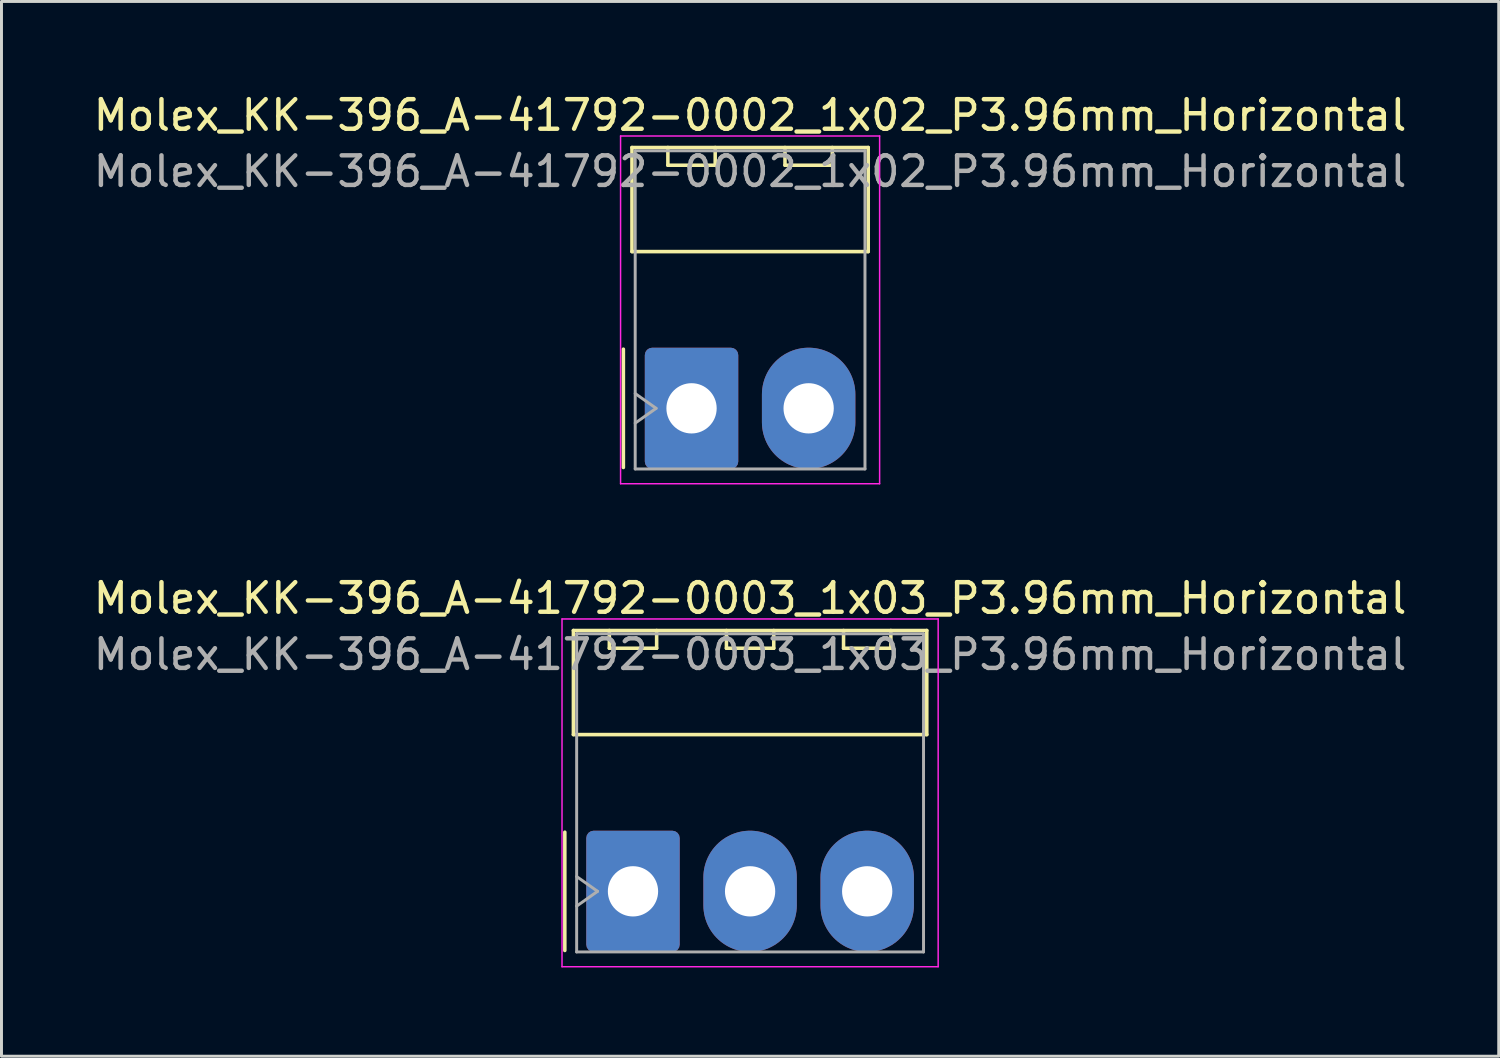
<source format=kicad_pcb>
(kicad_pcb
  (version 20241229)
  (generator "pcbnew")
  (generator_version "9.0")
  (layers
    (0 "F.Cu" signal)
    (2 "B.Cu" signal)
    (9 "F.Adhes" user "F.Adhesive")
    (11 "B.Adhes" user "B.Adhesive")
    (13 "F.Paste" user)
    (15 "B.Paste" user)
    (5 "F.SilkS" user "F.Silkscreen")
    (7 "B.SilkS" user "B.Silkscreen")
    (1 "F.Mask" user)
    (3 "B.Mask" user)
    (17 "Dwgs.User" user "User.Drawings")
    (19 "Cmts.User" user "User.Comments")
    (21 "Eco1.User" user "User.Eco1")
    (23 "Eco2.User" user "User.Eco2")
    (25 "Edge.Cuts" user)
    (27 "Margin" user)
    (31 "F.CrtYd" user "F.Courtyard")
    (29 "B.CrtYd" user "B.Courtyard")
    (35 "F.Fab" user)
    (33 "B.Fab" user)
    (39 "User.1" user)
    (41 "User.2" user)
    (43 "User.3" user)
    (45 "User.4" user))
  (footprint "Molex_KK-396_A-41792-0003_1x03_P3.96mm_Horizontal"
    (layer "F.Cu")
    (at 18.355 27.091)
    (property "Reference" "Molex_KK-396_A-41792-0003_1x03_P3.96mm_Horizontal" (at 3.96 -9.91 0) (layer "F.SilkS") (effects (font (size 1 1) (thickness 0.15))))
    (attr through_hole)
    (fp_line (start -2.305 -2) (end -2.305 2) (stroke (width 0.12) (type solid)) (layer "F.SilkS"))
    (fp_line (start -2.015 -8.82) (end 9.935 -8.82) (stroke (width 0.12) (type solid)) (layer "F.SilkS"))
    (fp_line (start -2.015 -5.3) (end -2.015 -8.82) (stroke (width 0.12) (type solid)) (layer "F.SilkS"))
    (fp_line (start -0.8 -8.82) (end -0.8 -8.22) (stroke (width 0.12) (type solid)) (layer "F.SilkS"))
    (fp_line (start -0.8 -8.22) (end 0.8 -8.22) (stroke (width 0.12) (type solid)) (layer "F.SilkS"))
    (fp_line (start 0.8 -8.22) (end 0.8 -8.82) (stroke (width 0.12) (type solid)) (layer "F.SilkS"))
    (fp_line (start 3.16 -8.82) (end 3.16 -8.22) (stroke (width 0.12) (type solid)) (layer "F.SilkS"))
    (fp_line (start 3.16 -8.22) (end 4.76 -8.22) (stroke (width 0.12) (type solid)) (layer "F.SilkS"))
    (fp_line (start 4.76 -8.22) (end 4.76 -8.82) (stroke (width 0.12) (type solid)) (layer "F.SilkS"))
    (fp_line (start 7.12 -8.82) (end 7.12 -8.22) (stroke (width 0.12) (type solid)) (layer "F.SilkS"))
    (fp_line (start 7.12 -8.22) (end 8.72 -8.22) (stroke (width 0.12) (type solid)) (layer "F.SilkS"))
    (fp_line (start 8.72 -8.22) (end 8.72 -8.82) (stroke (width 0.12) (type solid)) (layer "F.SilkS"))
    (fp_line (start 9.935 -8.82) (end 9.935 -5.3) (stroke (width 0.12) (type solid)) (layer "F.SilkS"))
    (fp_line (start 9.935 -5.3) (end -2.015 -5.3) (stroke (width 0.12) (type solid)) (layer "F.SilkS"))
    (fp_line (start -2.4 -9.21) (end -2.4 2.55) (stroke (width 0.05) (type solid)) (layer "F.CrtYd"))
    (fp_line (start -2.4 2.55) (end 10.32 2.55) (stroke (width 0.05) (type solid)) (layer "F.CrtYd"))
    (fp_line (start 10.32 -9.21) (end -2.4 -9.21) (stroke (width 0.05) (type solid)) (layer "F.CrtYd"))
    (fp_line (start 10.32 2.55) (end 10.32 -9.21) (stroke (width 0.05) (type solid)) (layer "F.CrtYd"))
    (fp_line (start -1.905 -8.71) (end 9.825 -8.71) (stroke (width 0.1) (type solid)) (layer "F.Fab"))
    (fp_line (start -1.905 -0.5) (end -1.198 0) (stroke (width 0.1) (type solid)) (layer "F.Fab"))
    (fp_line (start -1.905 2.05) (end -1.905 -8.71) (stroke (width 0.1) (type solid)) (layer "F.Fab"))
    (fp_line (start -1.198 0) (end -1.905 0.5) (stroke (width 0.1) (type solid)) (layer "F.Fab"))
    (fp_line (start 9.825 -8.71) (end 9.825 2.05) (stroke (width 0.1) (type solid)) (layer "F.Fab"))
    (fp_line (start 9.825 2.05) (end -1.905 2.05) (stroke (width 0.1) (type solid)) (layer "F.Fab"))
    (fp_text user "${REFERENCE}" (at 3.96 -8.01 0) (layer "F.Fab") (effects (font (size 1 1) (thickness 0.15))))
    (pad "1" thru_hole roundrect (at 0 0) (size 3.16 4.1) (drill 1.7) (layers "*.Cu" "*.Mask") (roundrect_rratio 0.079))
    (pad "2" thru_hole oval (at 3.96 0) (size 3.16 4.1) (drill 1.7) (layers "*.Cu" "*.Mask"))
    (pad "3" thru_hole oval (at 7.92 0) (size 3.16 4.1) (drill 1.7) (layers "*.Cu" "*.Mask")))
  (footprint "Molex_KK-396_A-41792-0002_1x02_P3.96mm_Horizontal"
    (layer "F.Cu")
    (at 20.335 10.758)
    (property "Reference" "Molex_KK-396_A-41792-0002_1x02_P3.96mm_Horizontal" (at 1.98 -9.91 0) (layer "F.SilkS") (effects (font (size 1 1) (thickness 0.15))))
    (attr through_hole)
    (fp_line (start -2.305 -2) (end -2.305 2) (stroke (width 0.12) (type solid)) (layer "F.SilkS"))
    (fp_line (start -2.015 -8.82) (end 5.975 -8.82) (stroke (width 0.12) (type solid)) (layer "F.SilkS"))
    (fp_line (start -2.015 -5.3) (end -2.015 -8.82) (stroke (width 0.12) (type solid)) (layer "F.SilkS"))
    (fp_line (start -0.8 -8.82) (end -0.8 -8.22) (stroke (width 0.12) (type solid)) (layer "F.SilkS"))
    (fp_line (start -0.8 -8.22) (end 0.8 -8.22) (stroke (width 0.12) (type solid)) (layer "F.SilkS"))
    (fp_line (start 0.8 -8.22) (end 0.8 -8.82) (stroke (width 0.12) (type solid)) (layer "F.SilkS"))
    (fp_line (start 3.16 -8.82) (end 3.16 -8.22) (stroke (width 0.12) (type solid)) (layer "F.SilkS"))
    (fp_line (start 3.16 -8.22) (end 4.76 -8.22) (stroke (width 0.12) (type solid)) (layer "F.SilkS"))
    (fp_line (start 4.76 -8.22) (end 4.76 -8.82) (stroke (width 0.12) (type solid)) (layer "F.SilkS"))
    (fp_line (start 5.975 -8.82) (end 5.975 -5.3) (stroke (width 0.12) (type solid)) (layer "F.SilkS"))
    (fp_line (start 5.975 -5.3) (end -2.015 -5.3) (stroke (width 0.12) (type solid)) (layer "F.SilkS"))
    (fp_line (start -2.4 -9.21) (end -2.4 2.55) (stroke (width 0.05) (type solid)) (layer "F.CrtYd"))
    (fp_line (start -2.4 2.55) (end 6.36 2.55) (stroke (width 0.05) (type solid)) (layer "F.CrtYd"))
    (fp_line (start 6.36 -9.21) (end -2.4 -9.21) (stroke (width 0.05) (type solid)) (layer "F.CrtYd"))
    (fp_line (start 6.36 2.55) (end 6.36 -9.21) (stroke (width 0.05) (type solid)) (layer "F.CrtYd"))
    (fp_line (start -1.905 -8.71) (end 5.865 -8.71) (stroke (width 0.1) (type solid)) (layer "F.Fab"))
    (fp_line (start -1.905 -0.5) (end -1.198 0) (stroke (width 0.1) (type solid)) (layer "F.Fab"))
    (fp_line (start -1.905 2.05) (end -1.905 -8.71) (stroke (width 0.1) (type solid)) (layer "F.Fab"))
    (fp_line (start -1.198 0) (end -1.905 0.5) (stroke (width 0.1) (type solid)) (layer "F.Fab"))
    (fp_line (start 5.865 -8.71) (end 5.865 2.05) (stroke (width 0.1) (type solid)) (layer "F.Fab"))
    (fp_line (start 5.865 2.05) (end -1.905 2.05) (stroke (width 0.1) (type solid)) (layer "F.Fab"))
    (fp_text user "${REFERENCE}" (at 1.98 -8.01 0) (layer "F.Fab") (effects (font (size 1 1) (thickness 0.15))))
    (pad "1" thru_hole roundrect (at 0 0) (size 3.16 4.1) (drill 1.7) (layers "*.Cu" "*.Mask") (roundrect_rratio 0.079))
    (pad "2" thru_hole oval (at 3.96 0) (size 3.16 4.1) (drill 1.7) (layers "*.Cu" "*.Mask")))
  (gr_rect
    (start -3 -3)
    (end 47.631 32.666)
    (stroke (width 0.1) (type default))
    (fill no)
    (layer "Edge.Cuts")))
</source>
